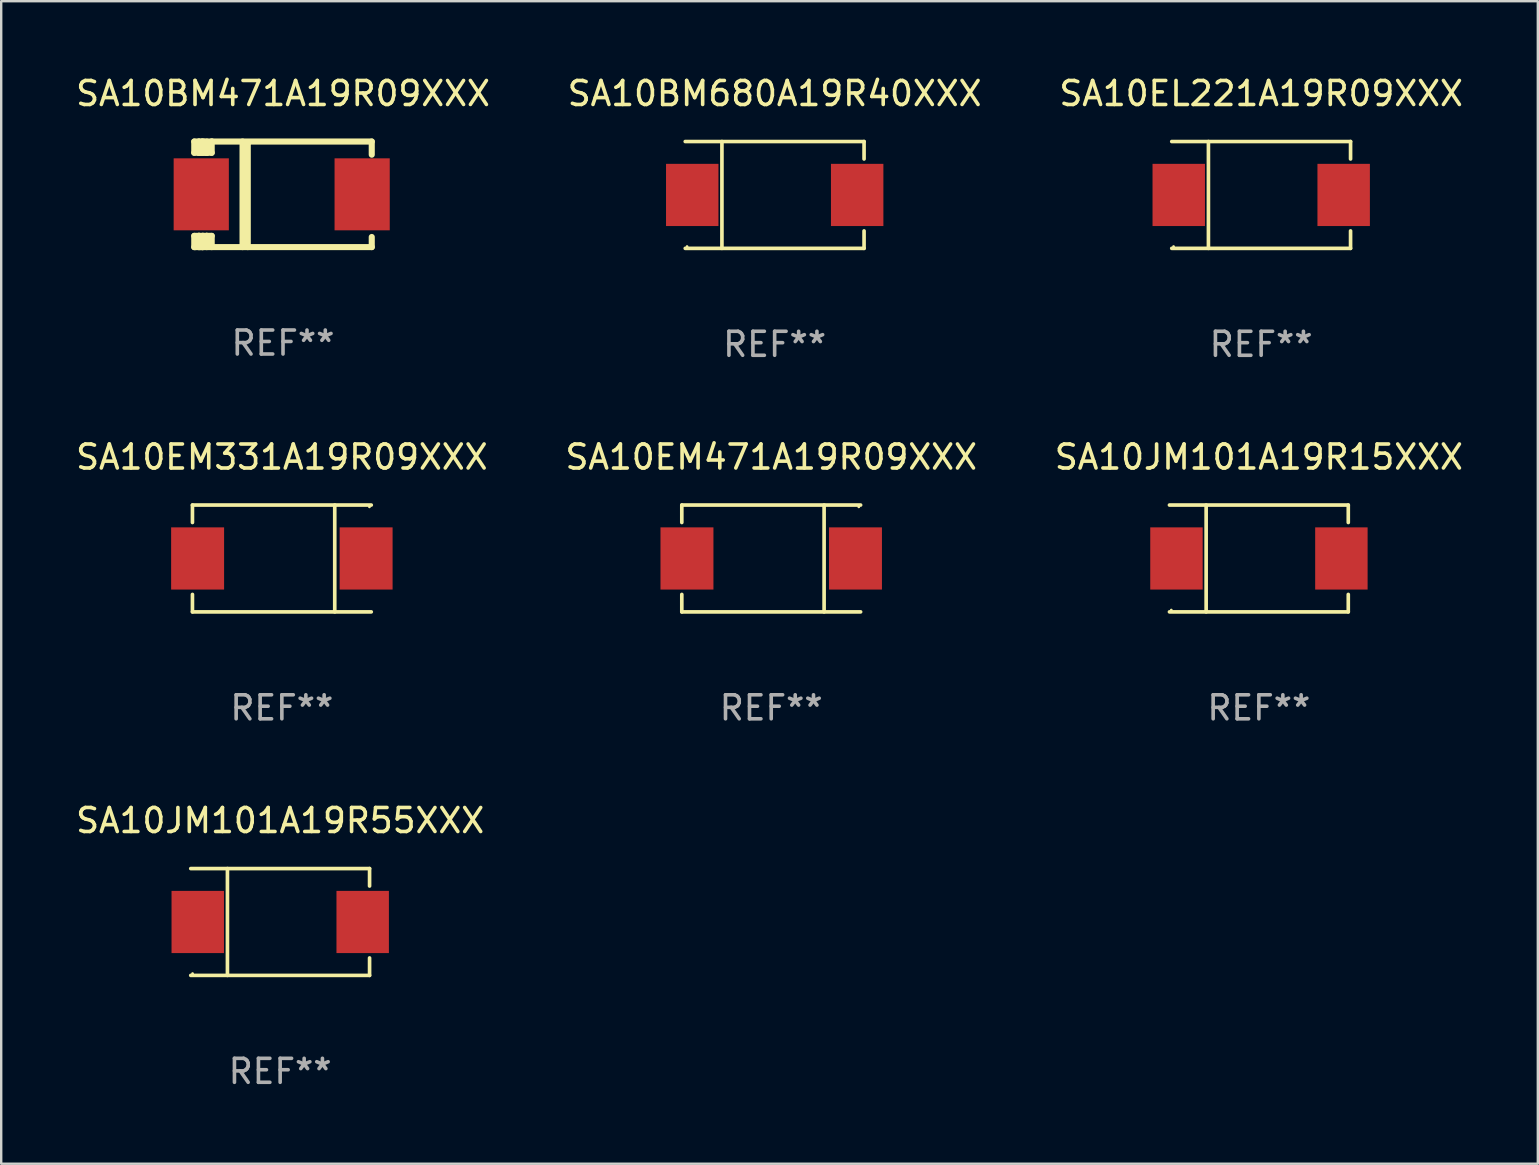
<source format=kicad_pcb>
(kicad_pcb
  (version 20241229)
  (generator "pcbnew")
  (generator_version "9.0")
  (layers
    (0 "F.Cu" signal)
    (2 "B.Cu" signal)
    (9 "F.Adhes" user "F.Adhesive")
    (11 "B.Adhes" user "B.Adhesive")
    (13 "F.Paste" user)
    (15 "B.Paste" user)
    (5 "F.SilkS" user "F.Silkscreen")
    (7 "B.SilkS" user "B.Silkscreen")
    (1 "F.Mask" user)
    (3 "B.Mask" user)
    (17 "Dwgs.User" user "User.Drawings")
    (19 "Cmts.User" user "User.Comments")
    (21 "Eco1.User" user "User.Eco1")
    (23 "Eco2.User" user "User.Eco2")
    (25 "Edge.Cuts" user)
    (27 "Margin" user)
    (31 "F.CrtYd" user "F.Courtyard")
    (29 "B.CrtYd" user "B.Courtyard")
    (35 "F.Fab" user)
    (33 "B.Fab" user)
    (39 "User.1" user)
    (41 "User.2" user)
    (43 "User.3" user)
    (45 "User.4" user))
  (footprint "SA10EM471A19R09XXX"
    (layer "F.Cu")
    (at 29.089 20.223)
    (property "Reference" "SA10EM471A19R09XXX" (at 0 -4.226 0) (layer "F.SilkS") (effects (font (size 1 1) (thickness 0.15))))
    (attr through_hole)
    (fp_line (start -3.726 -2.226) (end -3.726 -1.499) (stroke (width 0.152) (type solid)) (layer "F.SilkS"))
    (fp_line (start -3.726 -2.226) (end 3.726 -2.226) (stroke (width 0.152) (type solid)) (layer "F.SilkS"))
    (fp_line (start -3.726 2.226) (end -3.726 1.499) (stroke (width 0.152) (type solid)) (layer "F.SilkS"))
    (fp_line (start -3.726 2.226) (end 3.726 2.226) (stroke (width 0.152) (type solid)) (layer "F.SilkS"))
    (fp_line (start 2.204 -2.226) (end 2.204 2.226) (stroke (width 0.152) (type solid)) (layer "F.SilkS"))
    (fp_circle (center 3.65 -2.15) (end 3.68 -2.15) (stroke (width 0.06) (type solid)) (fill no) (layer "F.SilkS"))
    (fp_text user "REF**" (at 0 6.226 0) (layer "F.Fab") (effects (font (size 1 1) (thickness 0.15))))
    (pad "1" smd rect (at 3.511 0) (size 2.207 2.592) (layers "F.Cu" "F.Mask" "F.Paste"))
    (pad "2" smd rect (at -3.511 0) (size 2.207 2.592) (layers "F.Cu" "F.Mask" "F.Paste")))
  (footprint "SA10EM331A19R09XXX"
    (layer "F.Cu")
    (at 8.696 20.223)
    (property "Reference" "SA10EM331A19R09XXX" (at 0 -4.226 0) (layer "F.SilkS") (effects (font (size 1 1) (thickness 0.15))))
    (attr through_hole)
    (fp_line (start -3.726 -2.226) (end -3.726 -1.499) (stroke (width 0.152) (type solid)) (layer "F.SilkS"))
    (fp_line (start -3.726 -2.226) (end 3.726 -2.226) (stroke (width 0.152) (type solid)) (layer "F.SilkS"))
    (fp_line (start -3.726 2.226) (end -3.726 1.499) (stroke (width 0.152) (type solid)) (layer "F.SilkS"))
    (fp_line (start -3.726 2.226) (end 3.726 2.226) (stroke (width 0.152) (type solid)) (layer "F.SilkS"))
    (fp_line (start 2.204 -2.226) (end 2.204 2.226) (stroke (width 0.152) (type solid)) (layer "F.SilkS"))
    (fp_circle (center 3.65 -2.15) (end 3.68 -2.15) (stroke (width 0.06) (type solid)) (fill no) (layer "F.SilkS"))
    (fp_text user "REF**" (at 0 6.226 0) (layer "F.Fab") (effects (font (size 1 1) (thickness 0.15))))
    (pad "1" smd rect (at 3.511 0) (size 2.207 2.592) (layers "F.Cu" "F.Mask" "F.Paste"))
    (pad "2" smd rect (at -3.511 0) (size 2.207 2.592) (layers "F.Cu" "F.Mask" "F.Paste")))
  (footprint "SA10EL221A19R09XXX"
    (layer "F.Cu")
    (at 49.506 5.074)
    (property "Reference" "SA10EL221A19R09XXX" (at 0 -4.226 0) (layer "F.SilkS") (effects (font (size 1 1) (thickness 0.15))))
    (attr through_hole)
    (fp_line (start -3.726 -2.226) (end 3.726 -2.226) (stroke (width 0.152) (type solid)) (layer "F.SilkS"))
    (fp_line (start -3.726 2.226) (end 3.726 2.226) (stroke (width 0.152) (type solid)) (layer "F.SilkS"))
    (fp_line (start -2.197 -2.226) (end -2.197 2.226) (stroke (width 0.152) (type solid)) (layer "F.SilkS"))
    (fp_line (start 3.726 -2.226) (end 3.726 -1.499) (stroke (width 0.152) (type solid)) (layer "F.SilkS"))
    (fp_line (start 3.726 2.226) (end 3.726 1.499) (stroke (width 0.152) (type solid)) (layer "F.SilkS"))
    (fp_circle (center -3.65 2.15) (end -3.62 2.15) (stroke (width 0.06) (type solid)) (fill no) (layer "F.SilkS"))
    (fp_text user "REF**" (at 0 6.226 0) (layer "F.Fab") (effects (font (size 1 1) (thickness 0.15))))
    (pad "1" smd rect (at -3.434 0 180) (size 2.185 2.592) (layers "F.Cu" "F.Mask" "F.Paste"))
    (pad "2" smd rect (at 3.439 0 180) (size 2.185 2.592) (layers "F.Cu" "F.Mask" "F.Paste")))
  (footprint "SA10BM680A19R40XXX"
    (layer "F.Cu")
    (at 29.232 5.074)
    (property "Reference" "SA10BM680A19R40XXX" (at 0 -4.226 0) (layer "F.SilkS") (effects (font (size 1 1) (thickness 0.15))))
    (attr through_hole)
    (fp_line (start -3.726 -2.226) (end 3.726 -2.226) (stroke (width 0.152) (type solid)) (layer "F.SilkS"))
    (fp_line (start -3.726 2.226) (end 3.726 2.226) (stroke (width 0.152) (type solid)) (layer "F.SilkS"))
    (fp_line (start -2.197 -2.226) (end -2.197 2.226) (stroke (width 0.152) (type solid)) (layer "F.SilkS"))
    (fp_line (start 3.726 -2.226) (end 3.726 -1.499) (stroke (width 0.152) (type solid)) (layer "F.SilkS"))
    (fp_line (start 3.726 2.226) (end 3.726 1.499) (stroke (width 0.152) (type solid)) (layer "F.SilkS"))
    (fp_circle (center -3.65 2.15) (end -3.62 2.15) (stroke (width 0.06) (type solid)) (fill no) (layer "F.SilkS"))
    (fp_text user "REF**" (at 0 6.226 0) (layer "F.Fab") (effects (font (size 1 1) (thickness 0.15))))
    (pad "1" smd rect (at -3.434 0 180) (size 2.185 2.592) (layers "F.Cu" "F.Mask" "F.Paste"))
    (pad "2" smd rect (at 3.439 0 180) (size 2.185 2.592) (layers "F.Cu" "F.Mask" "F.Paste")))
  (footprint "SA10JM101A19R55XXX"
    (layer "F.Cu")
    (at 8.625 35.372)
    (property "Reference" "SA10JM101A19R55XXX" (at 0 -4.226 0) (layer "F.SilkS") (effects (font (size 1 1) (thickness 0.15))))
    (attr through_hole)
    (fp_line (start -3.726 -2.226) (end 3.726 -2.226) (stroke (width 0.152) (type solid)) (layer "F.SilkS"))
    (fp_line (start -3.726 2.226) (end 3.726 2.226) (stroke (width 0.152) (type solid)) (layer "F.SilkS"))
    (fp_line (start -2.197 -2.226) (end -2.197 2.226) (stroke (width 0.152) (type solid)) (layer "F.SilkS"))
    (fp_line (start 3.726 -2.226) (end 3.726 -1.499) (stroke (width 0.152) (type solid)) (layer "F.SilkS"))
    (fp_line (start 3.726 2.226) (end 3.726 1.499) (stroke (width 0.152) (type solid)) (layer "F.SilkS"))
    (fp_circle (center -3.65 2.15) (end -3.62 2.15) (stroke (width 0.06) (type solid)) (fill no) (layer "F.SilkS"))
    (fp_text user "REF**" (at 0 6.226 0) (layer "F.Fab") (effects (font (size 1 1) (thickness 0.15))))
    (pad "1" smd rect (at -3.434 0 180) (size 2.185 2.592) (layers "F.Cu" "F.Mask" "F.Paste"))
    (pad "2" smd rect (at 3.439 0 180) (size 2.185 2.592) (layers "F.Cu" "F.Mask" "F.Paste")))
  (footprint "SA10BM471A19R09XXX"
    (layer "F.Cu")
    (at 8.744 5.048)
    (property "Reference" "SA10BM471A19R09XXX" (at 0 -4.2 0) (layer "F.SilkS") (effects (font (size 1 1) (thickness 0.15))))
    (attr through_hole)
    (fp_line (start -3.698 -2.2) (end -3.502 -2.2) (stroke (width 0.254) (type solid)) (layer "F.SilkS"))
    (fp_line (start -3.698 -1.731) (end -3.698 -2.2) (stroke (width 0.254) (type solid)) (layer "F.SilkS"))
    (fp_line (start -3.698 -1.731) (end -3.502 -1.731) (stroke (width 0.254) (type solid)) (layer "F.SilkS"))
    (fp_line (start -3.698 1.731) (end -3.502 1.731) (stroke (width 0.254) (type solid)) (layer "F.SilkS"))
    (fp_line (start -3.698 2.2) (end -3.698 1.731) (stroke (width 0.254) (type solid)) (layer "F.SilkS"))
    (fp_line (start -3.66 2.2) (end -3.698 2.2) (stroke (width 0.254) (type solid)) (layer "F.SilkS"))
    (fp_line (start -3.66 2.2) (end -3.346 2.2) (stroke (width 0.254) (type solid)) (layer "F.SilkS"))
    (fp_line (start -3.502 -2.2) (end 3.698 -2.2) (stroke (width 0.254) (type solid)) (layer "F.SilkS"))
    (fp_line (start -3.502 -1.731) (end -3.502 -2.2) (stroke (width 0.254) (type solid)) (layer "F.SilkS"))
    (fp_line (start -3.502 1.731) (end -3.502 1.778) (stroke (width 0.254) (type solid)) (layer "F.SilkS"))
    (fp_line (start -3.502 1.731) (end -3.178 1.731) (stroke (width 0.254) (type solid)) (layer "F.SilkS"))
    (fp_line (start -3.502 1.778) (end -3.502 1.731) (stroke (width 0.254) (type solid)) (layer "F.SilkS"))
    (fp_line (start -3.502 2.2) (end -3.502 1.778) (stroke (width 0.254) (type solid)) (layer "F.SilkS"))
    (fp_line (start -3.502 2.2) (end 3.698 2.2) (stroke (width 0.254) (type solid)) (layer "F.SilkS"))
    (fp_line (start -3.367 -2.2) (end -3.367 -1.731) (stroke (width 0.254) (type solid)) (layer "F.SilkS"))
    (fp_line (start -3.346 1.731) (end -3.346 2.2) (stroke (width 0.254) (type solid)) (layer "F.SilkS"))
    (fp_line (start -3.346 2.2) (end -3.346 2.2) (stroke (width 0.254) (type solid)) (layer "F.SilkS"))
    (fp_line (start -3.332 1.731) (end -3.346 1.731) (stroke (width 0.254) (type solid)) (layer "F.SilkS"))
    (fp_line (start -3.303 -2.2) (end -3.367 -2.2) (stroke (width 0.254) (type solid)) (layer "F.SilkS"))
    (fp_line (start -3.179 -1.731) (end -3.179 -1.731) (stroke (width 0.254) (type solid)) (layer "F.SilkS"))
    (fp_line (start -3.179 1.731) (end -3.179 2.2) (stroke (width 0.254) (type solid)) (layer "F.SilkS"))
    (fp_line (start -3.178 -1.731) (end -3.502 -1.731) (stroke (width 0.254) (type solid)) (layer "F.SilkS"))
    (fp_line (start -3.178 -1.731) (end -3.179 -1.731) (stroke (width 0.254) (type solid)) (layer "F.SilkS"))
    (fp_line (start -3.178 -1.731) (end -3.178 -2.2) (stroke (width 0.254) (type solid)) (layer "F.SilkS"))
    (fp_line (start -3.178 1.731) (end -3.178 1.731) (stroke (width 0.254) (type solid)) (layer "F.SilkS"))
    (fp_line (start -2.972 -2.2) (end -2.972 -1.731) (stroke (width 0.254) (type solid)) (layer "F.SilkS"))
    (fp_line (start -2.972 -1.731) (end -3.502 -1.731) (stroke (width 0.254) (type solid)) (layer "F.SilkS"))
    (fp_line (start -2.972 1.731) (end -3.179 1.731) (stroke (width 0.254) (type solid)) (layer "F.SilkS"))
    (fp_line (start -2.972 1.731) (end -2.972 2.2) (stroke (width 0.254) (type solid)) (layer "F.SilkS"))
    (fp_line (start -2.957 -2.2) (end -2.972 -2.2) (stroke (width 0.254) (type solid)) (layer "F.SilkS"))
    (fp_line (start -1.686 -2.2) (end -1.686 2.2) (stroke (width 0.254) (type solid)) (layer "F.SilkS"))
    (fp_line (start -1.469 -2.159) (end -1.469 2.2) (stroke (width 0.254) (type solid)) (layer "F.SilkS"))
    (fp_line (start -1.452 -2.159) (end -1.469 -2.159) (stroke (width 0.254) (type solid)) (layer "F.SilkS"))
    (fp_line (start 3.698 -2.2) (end 3.698 -1.651) (stroke (width 0.254) (type solid)) (layer "F.SilkS"))
    (fp_line (start 3.698 2.2) (end 3.698 1.778) (stroke (width 0.254) (type solid)) (layer "F.SilkS"))
    (fp_circle (center -3.552 2.15) (end -3.522 2.15) (stroke (width 0.06) (type solid)) (fill no) (layer "F.SilkS"))
    (fp_text user "REF**" (at 0 6.2 0) (layer "F.Fab") (effects (font (size 1 1) (thickness 0.15))))
    (pad "1" smd rect (at -3.407 0) (size 2.3 3) (layers "F.Cu" "F.Mask" "F.Paste"))
    (pad "2" smd rect (at 3.298 0) (size 2.3 3) (layers "F.Cu" "F.Mask" "F.Paste")))
  (footprint "SA10JM101A19R15XXX"
    (layer "F.Cu")
    (at 49.411 20.223)
    (property "Reference" "SA10JM101A19R15XXX" (at 0 -4.226 0) (layer "F.SilkS") (effects (font (size 1 1) (thickness 0.15))))
    (attr through_hole)
    (fp_line (start -3.726 -2.226) (end 3.726 -2.226) (stroke (width 0.152) (type solid)) (layer "F.SilkS"))
    (fp_line (start -3.726 2.226) (end 3.726 2.226) (stroke (width 0.152) (type solid)) (layer "F.SilkS"))
    (fp_line (start -2.197 -2.226) (end -2.197 2.226) (stroke (width 0.152) (type solid)) (layer "F.SilkS"))
    (fp_line (start 3.726 -2.226) (end 3.726 -1.499) (stroke (width 0.152) (type solid)) (layer "F.SilkS"))
    (fp_line (start 3.726 2.226) (end 3.726 1.499) (stroke (width 0.152) (type solid)) (layer "F.SilkS"))
    (fp_circle (center -3.65 2.15) (end -3.62 2.15) (stroke (width 0.06) (type solid)) (fill no) (layer "F.SilkS"))
    (fp_text user "REF**" (at 0 6.226 0) (layer "F.Fab") (effects (font (size 1 1) (thickness 0.15))))
    (pad "1" smd rect (at -3.434 0 180) (size 2.185 2.592) (layers "F.Cu" "F.Mask" "F.Paste"))
    (pad "2" smd rect (at 3.439 0 180) (size 2.185 2.592) (layers "F.Cu" "F.Mask" "F.Paste")))
  (gr_rect
    (start -3 -3)
    (end 61.036 45.447)
    (stroke (width 0.1) (type default))
    (fill no)
    (layer "Edge.Cuts")))
</source>
